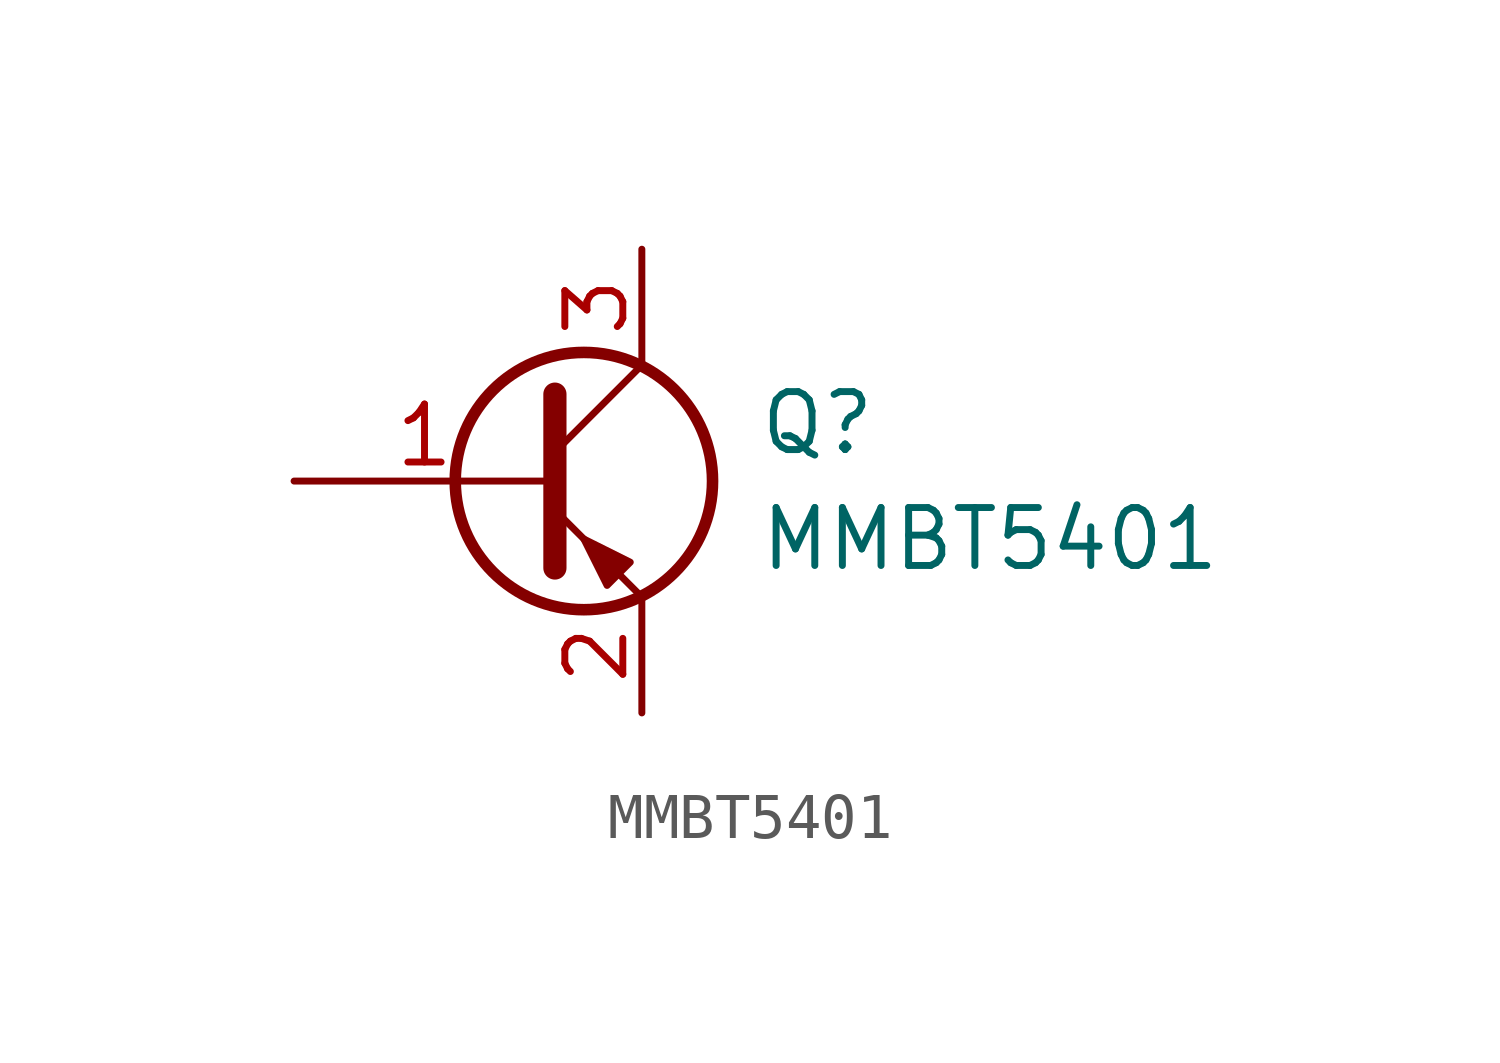
<source format=kicad_sym>
(kicad_symbol_lib
  (version 20211014)
  (generator kicad_symbol_editor)
  (symbol "MMBT5401"
    (pin_names
      (offset 0) hide)
    (property "Reference" "Q"
      (at 5.08 1.27 0)
      (effects (font (size 1.27 1.27)) (justify left)))
    (property "Value" "MMBT5401"
      (at 5.08 -1.27 0)
      (effects (font (size 1.27 1.27)) (justify left)))
    (symbol "MMBT5401_0_1"
      (polyline (pts (xy 0.635 0.635) (xy 2.54 2.54)) (stroke (width 0) (type default) (color 0 0 0 0)) (fill (type none)))
      (polyline (pts (xy 0.635 -0.635) (xy 2.54 -2.54) (xy 2.54 -2.54)) (stroke (width 0) (type default) (color 0 0 0 0)) (fill (type none)))
      (polyline (pts (xy 0.635 1.905) (xy 0.635 -1.905) (xy 0.635 -1.905)) (stroke (width 0.508) (type default) (color 0 0 0 0)) (fill (type none)))
      (polyline (pts (xy 2.286 -1.778) (xy 1.778 -2.286) (xy 1.27 -1.27) (xy 2.286 -1.778) (xy 2.286 -1.778)) (stroke (width 0) (type default) (color 0 0 0 0)) (fill (type outline)))
      (circle (center 1.27 0) (radius 2.819) (stroke (width 0.254) (type default) (color 0 0 0 0)) (fill (type none))))
    (symbol "MMBT5401_1_1"
      (pin input line (at -5.08 0 0) (length 5.715) (name "B" (effects (font (size 1.27 1.27)))) (number "1" (effects (font (size 1.27 1.27)))))
      (pin passive line (at 2.54 -5.08 90) (length 2.54) (name "E" (effects (font (size 1.27 1.27)))) (number "2" (effects (font (size 1.27 1.27)))))
      (pin passive line (at 2.54 5.08 270) (length 2.54) (name "C" (effects (font (size 1.27 1.27)))) (number "3" (effects (font (size 1.27 1.27))))))))
</source>
